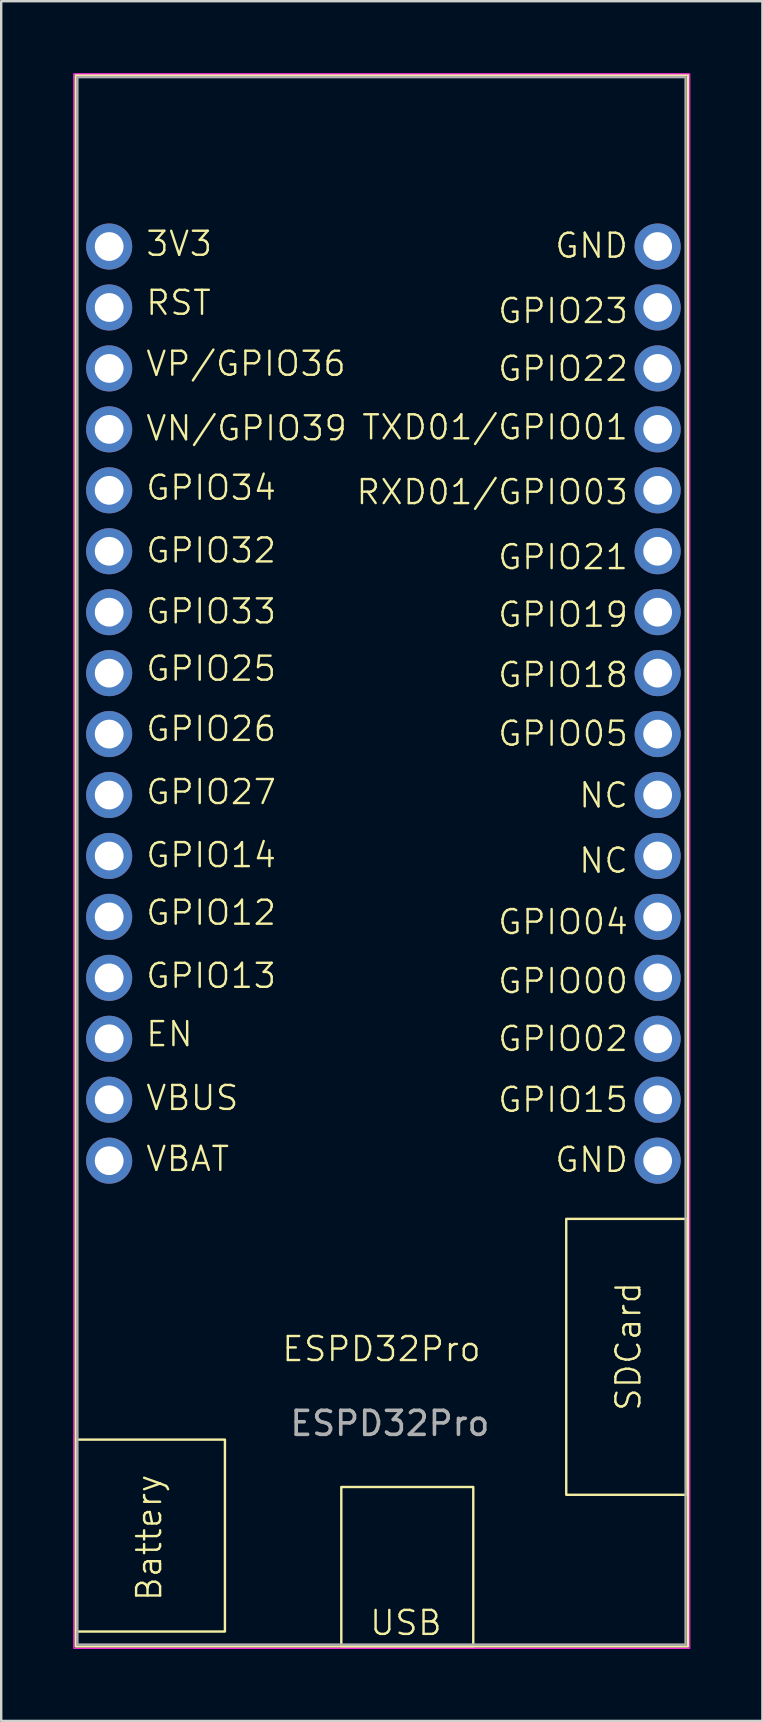
<source format=kicad_pcb>
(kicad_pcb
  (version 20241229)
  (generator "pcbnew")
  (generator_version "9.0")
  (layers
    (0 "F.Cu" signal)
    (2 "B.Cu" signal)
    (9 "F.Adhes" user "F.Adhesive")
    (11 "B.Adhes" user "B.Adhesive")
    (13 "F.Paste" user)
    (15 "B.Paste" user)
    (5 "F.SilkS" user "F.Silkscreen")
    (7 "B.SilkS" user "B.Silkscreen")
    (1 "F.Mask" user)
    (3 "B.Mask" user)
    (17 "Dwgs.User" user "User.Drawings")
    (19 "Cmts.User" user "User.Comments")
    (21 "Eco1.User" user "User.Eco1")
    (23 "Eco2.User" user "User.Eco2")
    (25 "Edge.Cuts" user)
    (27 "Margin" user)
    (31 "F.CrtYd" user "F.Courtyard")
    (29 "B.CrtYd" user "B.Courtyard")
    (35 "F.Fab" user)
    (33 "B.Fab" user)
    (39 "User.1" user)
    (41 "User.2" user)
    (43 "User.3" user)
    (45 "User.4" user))
  (footprint "ESPD32Pro"
    (layer "F.Cu")
    (at 12.76 30.668)
    (property "Reference" "ESPD32Pro" (at 0.09 22.507 0) (unlocked yes) (layer "F.SilkS") (effects (font (size 1 1) (thickness 0.1))))
    (attr through_hole)
    (fp_rect (start -12.66 -30.593) (end 12.865 34.907) (stroke (width 0.1) (type solid)) (fill no) (layer "F.SilkS"))
    (fp_rect (start -12.635 26.282) (end -6.435 34.282) (stroke (width 0.1) (type solid)) (fill no) (layer "F.SilkS"))
    (fp_rect (start -1.585 28.257) (end 3.915 34.897) (stroke (width 0.1) (type default)) (fill no) (layer "F.SilkS"))
    (fp_rect (start 7.79 17.082) (end 12.79 28.582) (stroke (width 0.1) (type solid)) (fill no) (layer "F.SilkS"))
    (fp_rect (start -12.735 -30.643) (end 12.94 34.982) (stroke (width 0.05) (type default)) (fill no) (layer "F.CrtYd"))
    (fp_rect (start -12.585 -30.503) (end 12.765 34.827) (stroke (width 0.1) (type solid)) (fill no) (layer "F.Fab"))
    (fp_text user "VN/GPIO39" (at -9.79 -15.283 0) (unlocked yes) (layer "F.SilkS") (effects (font (size 1 1) (thickness 0.1)) (justify left bottom)))
    (fp_text user "GPIO05" (at 4.877 -2.553 0) (unlocked yes) (layer "F.SilkS") (effects (font (size 1 1) (thickness 0.1)) (justify left bottom)))
    (fp_text user "GPIO21" (at 4.877 -9.913 0) (unlocked yes) (layer "F.SilkS") (effects (font (size 1 1) (thickness 0.1)) (justify left bottom)))
    (fp_text user "EN" (at -9.79 9.967 0) (unlocked yes) (layer "F.SilkS") (effects (font (size 1 1) (thickness 0.1)) (justify left bottom)))
    (fp_text user "GND" (at 7.257 -22.893 0) (unlocked yes) (layer "F.SilkS") (effects (font (size 1 1) (thickness 0.1)) (justify left bottom)))
    (fp_text user "GPIO23" (at 4.877 -20.173 0) (unlocked yes) (layer "F.SilkS") (effects (font (size 1 1) (thickness 0.1)) (justify left bottom)))
    (fp_text user "TXD01/GPIO01" (at -0.79 -15.323 0) (unlocked yes) (layer "F.SilkS") (effects (font (size 1 1) (thickness 0.1)) (justify left bottom)))
    (fp_text user "GPIO26" (at -9.79 -2.753 0) (unlocked yes) (layer "F.SilkS") (effects (font (size 1 1) (thickness 0.1)) (justify left bottom)))
    (fp_text user "GPIO19" (at 4.877 -7.513 0) (unlocked yes) (layer "F.SilkS") (effects (font (size 1 1) (thickness 0.1)) (justify left bottom)))
    (fp_text user "RST" (at -9.79 -20.513 0) (unlocked yes) (layer "F.SilkS") (effects (font (size 1 1) (thickness 0.1)) (justify left bottom)))
    (fp_text user "GPIO14" (at -9.79 2.507 0) (unlocked yes) (layer "F.SilkS") (effects (font (size 1 1) (thickness 0.1)) (justify left bottom)))
    (fp_text user "GPIO32" (at -9.79 -10.193 0) (unlocked yes) (layer "F.SilkS") (effects (font (size 1 1) (thickness 0.1)) (justify left bottom)))
    (fp_text user "GPIO04" (at 4.877 5.297 0) (unlocked yes) (layer "F.SilkS") (effects (font (size 1 1) (thickness 0.1)) (justify left bottom)))
    (fp_text user "GND" (at 7.257 15.207 0) (unlocked yes) (layer "F.SilkS") (effects (font (size 1 1) (thickness 0.1)) (justify left bottom)))
    (fp_text user "GPIO25" (at -9.79 -5.263 0) (unlocked yes) (layer "F.SilkS") (effects (font (size 1 1) (thickness 0.1)) (justify left bottom)))
    (fp_text user "GPIO27" (at -9.79 -0.123 0) (unlocked yes) (layer "F.SilkS") (effects (font (size 1 1) (thickness 0.1)) (justify left bottom)))
    (fp_text user "GPIO13" (at -9.79 7.537 0) (unlocked yes) (layer "F.SilkS") (effects (font (size 1 1) (thickness 0.1)) (justify left bottom)))
    (fp_text user "GPIO00" (at 4.877 7.757 0) (unlocked yes) (layer "F.SilkS") (effects (font (size 1 1) (thickness 0.1)) (justify left bottom)))
    (fp_text user "GPIO12" (at -9.79 4.907 0) (unlocked yes) (layer "F.SilkS") (effects (font (size 1 1) (thickness 0.1)) (justify left bottom)))
    (fp_text user "VP/GPIO36" (at -9.79 -17.973 0) (unlocked yes) (layer "F.SilkS") (effects (font (size 1 1) (thickness 0.1)) (justify left bottom)))
    (fp_text user "NC" (at 8.257 0.017 0) (unlocked yes) (layer "F.SilkS") (effects (font (size 1 1) (thickness 0.1)) (justify left bottom)))
    (fp_text user "GPIO33" (at -9.79 -7.653 0) (unlocked yes) (layer "F.SilkS") (effects (font (size 1 1) (thickness 0.1)) (justify left bottom)))
    (fp_text user "NC" (at 8.257 2.737 0) (unlocked yes) (layer "F.SilkS") (effects (font (size 1 1) (thickness 0.1)) (justify left bottom)))
    (fp_text user "GPIO15" (at 4.877 12.707 0) (unlocked yes) (layer "F.SilkS") (effects (font (size 1 1) (thickness 0.1)) (justify left bottom)))
    (fp_text user "GPIO18" (at 4.877 -5.003 0) (unlocked yes) (layer "F.SilkS") (effects (font (size 1 1) (thickness 0.1)) (justify left bottom)))
    (fp_text user "Battery" (at -9.01 33.082 90) (unlocked yes) (layer "F.SilkS") (effects (font (size 1 1) (thickness 0.1)) (justify left bottom)))
    (fp_text user "GPIO22" (at 4.877 -17.763 0) (unlocked yes) (layer "F.SilkS") (effects (font (size 1 1) (thickness 0.1)) (justify left bottom)))
    (fp_text user "VBUS" (at -9.79 12.627 0) (unlocked yes) (layer "F.SilkS") (effects (font (size 1 1) (thickness 0.1)) (justify left bottom)))
    (fp_text user "RXD01/GPIO03" (at -1.028 -12.623 0) (unlocked yes) (layer "F.SilkS") (effects (font (size 1 1) (thickness 0.1)) (justify left bottom)))
    (fp_text user "GPIO34" (at -9.79 -12.803 0) (unlocked yes) (layer "F.SilkS") (effects (font (size 1 1) (thickness 0.1)) (justify left bottom)))
    (fp_text user "USB" (at -0.46 34.507 0) (unlocked yes) (layer "F.SilkS") (effects (font (size 1 1) (thickness 0.1)) (justify left bottom)))
    (fp_text user "GPIO02" (at 4.877 10.167 0) (unlocked yes) (layer "F.SilkS") (effects (font (size 1 1) (thickness 0.1)) (justify left bottom)))
    (fp_text user "3V3" (at -9.79 -22.973 0) (unlocked yes) (layer "F.SilkS") (effects (font (size 1 1) (thickness 0.1)) (justify left bottom)))
    (fp_text user "VBAT" (at -9.79 15.167 0) (unlocked yes) (layer "F.SilkS") (effects (font (size 1 1) (thickness 0.1)) (justify left bottom)))
    (fp_text user "SDCard" (at 10.965 25.157 90) (unlocked yes) (layer "F.SilkS") (effects (font (size 1 1) (thickness 0.1)) (justify left bottom)))
    (fp_text user "${REFERENCE}" (at 0.44 25.607 0) (unlocked yes) (layer "F.Fab") (effects (font (size 1 1) (thickness 0.15))))
    (pad "1" thru_hole circle (at -11.26 -23.443) (size 1.92 1.92) (drill 1.2) (layers "*.Cu" "*.Mask"))
    (pad "2" thru_hole circle (at -11.26 -20.903) (size 1.92 1.92) (drill 1.2) (layers "*.Cu" "*.Mask"))
    (pad "3" thru_hole circle (at -11.26 -18.363) (size 1.92 1.92) (drill 1.2) (layers "*.Cu" "*.Mask"))
    (pad "4" thru_hole circle (at -11.26 -15.823) (size 1.92 1.92) (drill 1.2) (layers "*.Cu" "*.Mask"))
    (pad "5" thru_hole circle (at -11.26 -13.283) (size 1.92 1.92) (drill 1.2) (layers "*.Cu" "*.Mask"))
    (pad "6" thru_hole circle (at -11.26 -10.743) (size 1.92 1.92) (drill 1.2) (layers "*.Cu" "*.Mask"))
    (pad "7" thru_hole circle (at -11.26 -8.203) (size 1.92 1.92) (drill 1.2) (layers "*.Cu" "*.Mask"))
    (pad "8" thru_hole circle (at -11.26 -5.663) (size 1.92 1.92) (drill 1.2) (layers "*.Cu" "*.Mask"))
    (pad "9" thru_hole circle (at -11.26 -3.123) (size 1.92 1.92) (drill 1.2) (layers "*.Cu" "*.Mask"))
    (pad "10" thru_hole circle (at -11.26 -0.583) (size 1.92 1.92) (drill 1.2) (layers "*.Cu" "*.Mask"))
    (pad "11" thru_hole circle (at -11.26 1.957) (size 1.92 1.92) (drill 1.2) (layers "*.Cu" "*.Mask"))
    (pad "12" thru_hole circle (at -11.26 4.497) (size 1.92 1.92) (drill 1.2) (layers "*.Cu" "*.Mask"))
    (pad "13" thru_hole circle (at -11.26 7.037) (size 1.92 1.92) (drill 1.2) (layers "*.Cu" "*.Mask"))
    (pad "14" thru_hole circle (at -11.26 9.577) (size 1.92 1.92) (drill 1.2) (layers "*.Cu" "*.Mask"))
    (pad "15" thru_hole circle (at -11.26 12.117) (size 1.92 1.92) (drill 1.2) (layers "*.Cu" "*.Mask"))
    (pad "16" thru_hole circle (at -11.26 14.657) (size 1.92 1.92) (drill 1.2) (layers "*.Cu" "*.Mask"))
    (pad "17" thru_hole circle (at 11.6 -23.443) (size 1.92 1.92) (drill 1.2) (layers "*.Cu" "*.Mask"))
    (pad "18" thru_hole circle (at 11.6 -20.903) (size 1.92 1.92) (drill 1.2) (layers "*.Cu" "*.Mask"))
    (pad "19" thru_hole circle (at 11.6 -18.363) (size 1.92 1.92) (drill 1.2) (layers "*.Cu" "*.Mask"))
    (pad "20" thru_hole circle (at 11.6 -15.823) (size 1.92 1.92) (drill 1.2) (layers "*.Cu" "*.Mask"))
    (pad "21" thru_hole circle (at 11.6 -13.283) (size 1.92 1.92) (drill 1.2) (layers "*.Cu" "*.Mask"))
    (pad "22" thru_hole circle (at 11.6 -10.743) (size 1.92 1.92) (drill 1.2) (layers "*.Cu" "*.Mask"))
    (pad "23" thru_hole circle (at 11.6 -8.203) (size 1.92 1.92) (drill 1.2) (layers "*.Cu" "*.Mask"))
    (pad "24" thru_hole circle (at 11.6 -5.663) (size 1.92 1.92) (drill 1.2) (layers "*.Cu" "*.Mask"))
    (pad "25" thru_hole circle (at 11.6 -3.123) (size 1.92 1.92) (drill 1.2) (layers "*.Cu" "*.Mask"))
    (pad "26" thru_hole circle (at 11.6 -0.583) (size 1.92 1.92) (drill 1.2) (layers "*.Cu" "*.Mask"))
    (pad "27" thru_hole circle (at 11.6 1.957) (size 1.92 1.92) (drill 1.2) (layers "*.Cu" "*.Mask"))
    (pad "28" thru_hole circle (at 11.6 4.497) (size 1.92 1.92) (drill 1.2) (layers "*.Cu" "*.Mask"))
    (pad "29" thru_hole circle (at 11.6 7.037) (size 1.92 1.92) (drill 1.2) (layers "*.Cu" "*.Mask"))
    (pad "30" thru_hole circle (at 11.6 9.577) (size 1.92 1.92) (drill 1.2) (layers "*.Cu" "*.Mask"))
    (pad "31" thru_hole circle (at 11.6 12.117) (size 1.92 1.92) (drill 1.2) (layers "*.Cu" "*.Mask"))
    (pad "32" thru_hole circle (at 11.6 14.657) (size 1.92 1.92) (drill 1.2) (layers "*.Cu" "*.Mask"))
    (zone (net_name "") (layers "F.Cu" "B.Cu" "F.SilkS") (hatch full 0.5) (connect_pads) (min_thickness 0.25) (filled_areas_thickness no) (keepout (tracks not_allowed) (vias not_allowed) (pads not_allowed) (copperpour allowed) (footprints allowed)) (placement (enabled no)) (fill) (polygon (pts (xy 2.6 0.188) (xy 23.345 0.263) (xy 23.345 7.887) (xy 2.6 7.85)))))
  (gr_rect
    (start -3 -3)
    (end 28.725 68.675)
    (stroke (width 0.1) (type default))
    (fill no)
    (layer "Edge.Cuts")))
</source>
